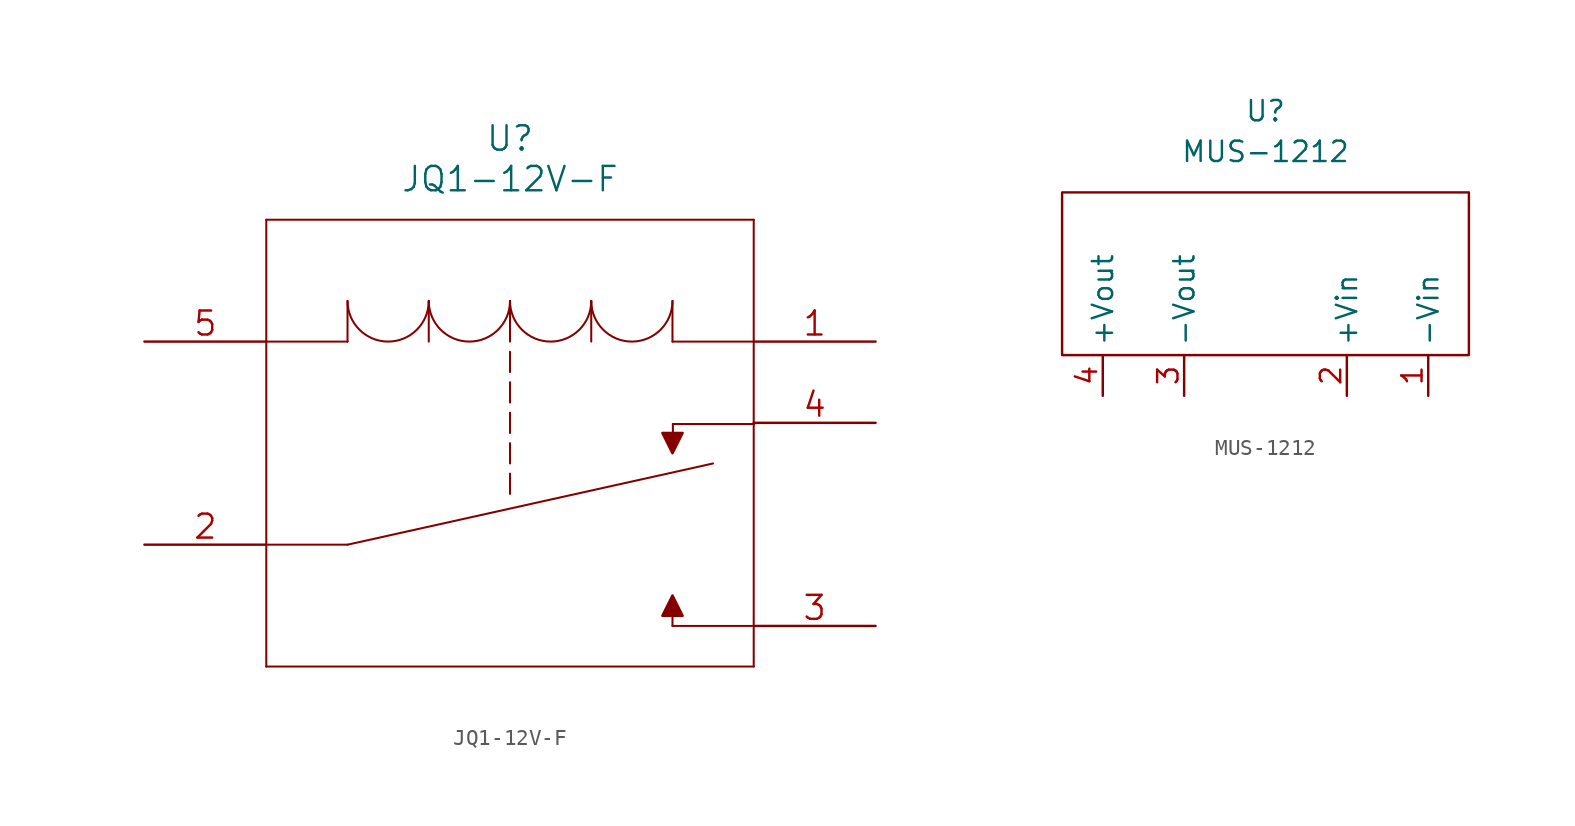
<source format=kicad_sym>
(kicad_symbol_lib
  (version 20211014)
  (generator kicad_symbol_editor)
  (symbol "JQ1-12V-F"
    (pin_names
      (offset -0.254) hide)
    (property "Reference" "U"
      (at 22.86 12.7 0)
      (effects (font (size 1.524 1.524))))
    (property "Value" "JQ1-12V-F"
      (at 22.86 10.16 0)
      (effects (font (size 1.524 1.524))))
    (property "Datasheet" ""
      (at 0 0 0)
      (effects (font (size 1.524 1.524))))
    (property "ki_locked" ""
      (at 0 0 0)
      (effects (font (size 1.27 1.27))))
    (symbol "JQ1-12V-F_1_1"
      (polyline (pts (xy 7.62 -20.32) (xy 38.1 -20.32)) (stroke (width 0.127) (type default) (color 0 0 0 0)) (fill (type none)))
      (polyline (pts (xy 7.62 7.62) (xy 7.62 -20.32)) (stroke (width 0.127) (type default) (color 0 0 0 0)) (fill (type none)))
      (polyline (pts (xy 12.7 -12.7) (xy 7.62 -12.7)) (stroke (width 0.127) (type default) (color 0 0 0 0)) (fill (type none)))
      (polyline (pts (xy 12.7 -12.7) (xy 35.56 -7.62)) (stroke (width 0.127) (type default) (color 0 0 0 0)) (fill (type none)))
      (polyline (pts (xy 12.7 0) (xy 7.62 0)) (stroke (width 0.127) (type default) (color 0 0 0 0)) (fill (type none)))
      (polyline (pts (xy 12.7 2.54) (xy 12.7 0)) (stroke (width 0.127) (type default) (color 0 0 0 0)) (fill (type none)))
      (polyline (pts (xy 17.78 2.54) (xy 17.78 0)) (stroke (width 0.127) (type default) (color 0 0 0 0)) (fill (type none)))
      (polyline (pts (xy 22.86 -8.255) (xy 22.86 -9.525)) (stroke (width 0.127) (type default) (color 0 0 0 0)) (fill (type none)))
      (polyline (pts (xy 22.86 -6.35) (xy 22.86 -7.62)) (stroke (width 0.127) (type default) (color 0 0 0 0)) (fill (type none)))
      (polyline (pts (xy 22.86 -4.445) (xy 22.86 -5.715)) (stroke (width 0.127) (type default) (color 0 0 0 0)) (fill (type none)))
      (polyline (pts (xy 22.86 -2.54) (xy 22.86 -3.81)) (stroke (width 0.127) (type default) (color 0 0 0 0)) (fill (type none)))
      (polyline (pts (xy 22.86 -1.905) (xy 22.86 -0.635)) (stroke (width 0.127) (type default) (color 0 0 0 0)) (fill (type none)))
      (polyline (pts (xy 22.86 2.54) (xy 22.86 0)) (stroke (width 0.127) (type default) (color 0 0 0 0)) (fill (type none)))
      (polyline (pts (xy 27.94 2.54) (xy 27.94 0)) (stroke (width 0.127) (type default) (color 0 0 0 0)) (fill (type none)))
      (polyline (pts (xy 33.02 -17.78) (xy 33.02 -16.51)) (stroke (width 0.127) (type default) (color 0 0 0 0)) (fill (type none)))
      (polyline (pts (xy 33.02 0) (xy 38.1 0)) (stroke (width 0.127) (type default) (color 0 0 0 0)) (fill (type none)))
      (polyline (pts (xy 33.02 2.54) (xy 33.02 0)) (stroke (width 0.127) (type default) (color 0 0 0 0)) (fill (type none)))
      (polyline (pts (xy 33.045 -6.477) (xy 33.045 -5.156)) (stroke (width 0.127) (type default) (color 0 0 0 0)) (fill (type none)))
      (polyline (pts (xy 33.045 -5.156) (xy 38.125 -5.156)) (stroke (width 0.127) (type default) (color 0 0 0 0)) (fill (type none)))
      (polyline (pts (xy 38.1 -20.32) (xy 38.1 7.62)) (stroke (width 0.127) (type default) (color 0 0 0 0)) (fill (type none)))
      (polyline (pts (xy 38.1 -17.78) (xy 33.02 -17.78)) (stroke (width 0.127) (type default) (color 0 0 0 0)) (fill (type none)))
      (polyline (pts (xy 38.1 7.62) (xy 7.62 7.62)) (stroke (width 0.127) (type default) (color 0 0 0 0)) (fill (type none)))
      (polyline (pts (xy 32.385 -5.715) (xy 33.655 -5.715) (xy 33.02 -6.985) (xy 32.385 -5.715)) (stroke (width 0) (type default) (color 0 0 0 0)) (fill (type outline)))
      (polyline (pts (xy 33.655 -17.145) (xy 32.385 -17.145) (xy 33.02 -15.875) (xy 33.655 -17.145)) (stroke (width 0) (type default) (color 0 0 0 0)) (fill (type outline)))
      (arc (start 12.7 2.54) (mid 15.24 0) (end 17.78 2.54) (stroke (width 0.127) (type default) (color 0 0 0 0)) (fill (type none)))
      (arc (start 17.78 2.54) (mid 20.32 0) (end 22.86 2.54) (stroke (width 0.127) (type default) (color 0 0 0 0)) (fill (type none)))
      (arc (start 22.86 2.54) (mid 25.4 0) (end 27.94 2.54) (stroke (width 0.127) (type default) (color 0 0 0 0)) (fill (type none)))
      (arc (start 27.94 2.54) (mid 30.48 0) (end 33.02 2.54) (stroke (width 0.127) (type default) (color 0 0 0 0)) (fill (type none)))
      (pin unspecified line (at 45.72 0 180) (length 7.62) (name "1" (effects (font (size 1.499 1.499)))) (number "1" (effects (font (size 1.499 1.499)))))
      (pin unspecified line (at 0 -12.7 0) (length 7.62) (name "2" (effects (font (size 1.499 1.499)))) (number "2" (effects (font (size 1.499 1.499)))))
      (pin unspecified line (at 45.72 -17.78 180) (length 7.62) (name "3" (effects (font (size 1.499 1.499)))) (number "3" (effects (font (size 1.499 1.499)))))
      (pin unspecified line (at 45.72 -5.08 180) (length 7.62) (name "4" (effects (font (size 1.499 1.499)))) (number "4" (effects (font (size 1.499 1.499)))))
      (pin unspecified line (at 0 0 0) (length 7.62) (name "5" (effects (font (size 1.499 1.499)))) (number "5" (effects (font (size 1.499 1.499)))))))
  (symbol "MUS-1212"
    (property "Reference" "U"
      (at 0 7.62 0)
      (effects (font (size 1.27 1.27))))
    (property "Value" "MUS-1212"
      (at 0 5.08 0)
      (effects (font (size 1.27 1.27))))
    (symbol "MUS-1212_0_1"
      (rectangle (start -12.7 2.54) (end 12.7 -7.62) (stroke (width 0.152) (type default) (color 0 0 0 0)) (fill (type none))))
    (symbol "MUS-1212_1_1"
      (pin input line (at 10.16 -10.16 90) (length 2.54) (name "-Vin" (effects (font (size 1.27 1.27)))) (number "1" (effects (font (size 1.27 1.27)))))
      (pin input line (at 5.08 -10.16 90) (length 2.54) (name "+Vin" (effects (font (size 1.27 1.27)))) (number "2" (effects (font (size 1.27 1.27)))))
      (pin input line (at -5.08 -10.16 90) (length 2.54) (name "-Vout" (effects (font (size 1.27 1.27)))) (number "3" (effects (font (size 1.27 1.27)))))
      (pin input line (at -10.16 -10.16 90) (length 2.54) (name "+Vout" (effects (font (size 1.27 1.27)))) (number "4" (effects (font (size 1.27 1.27))))))))
</source>
